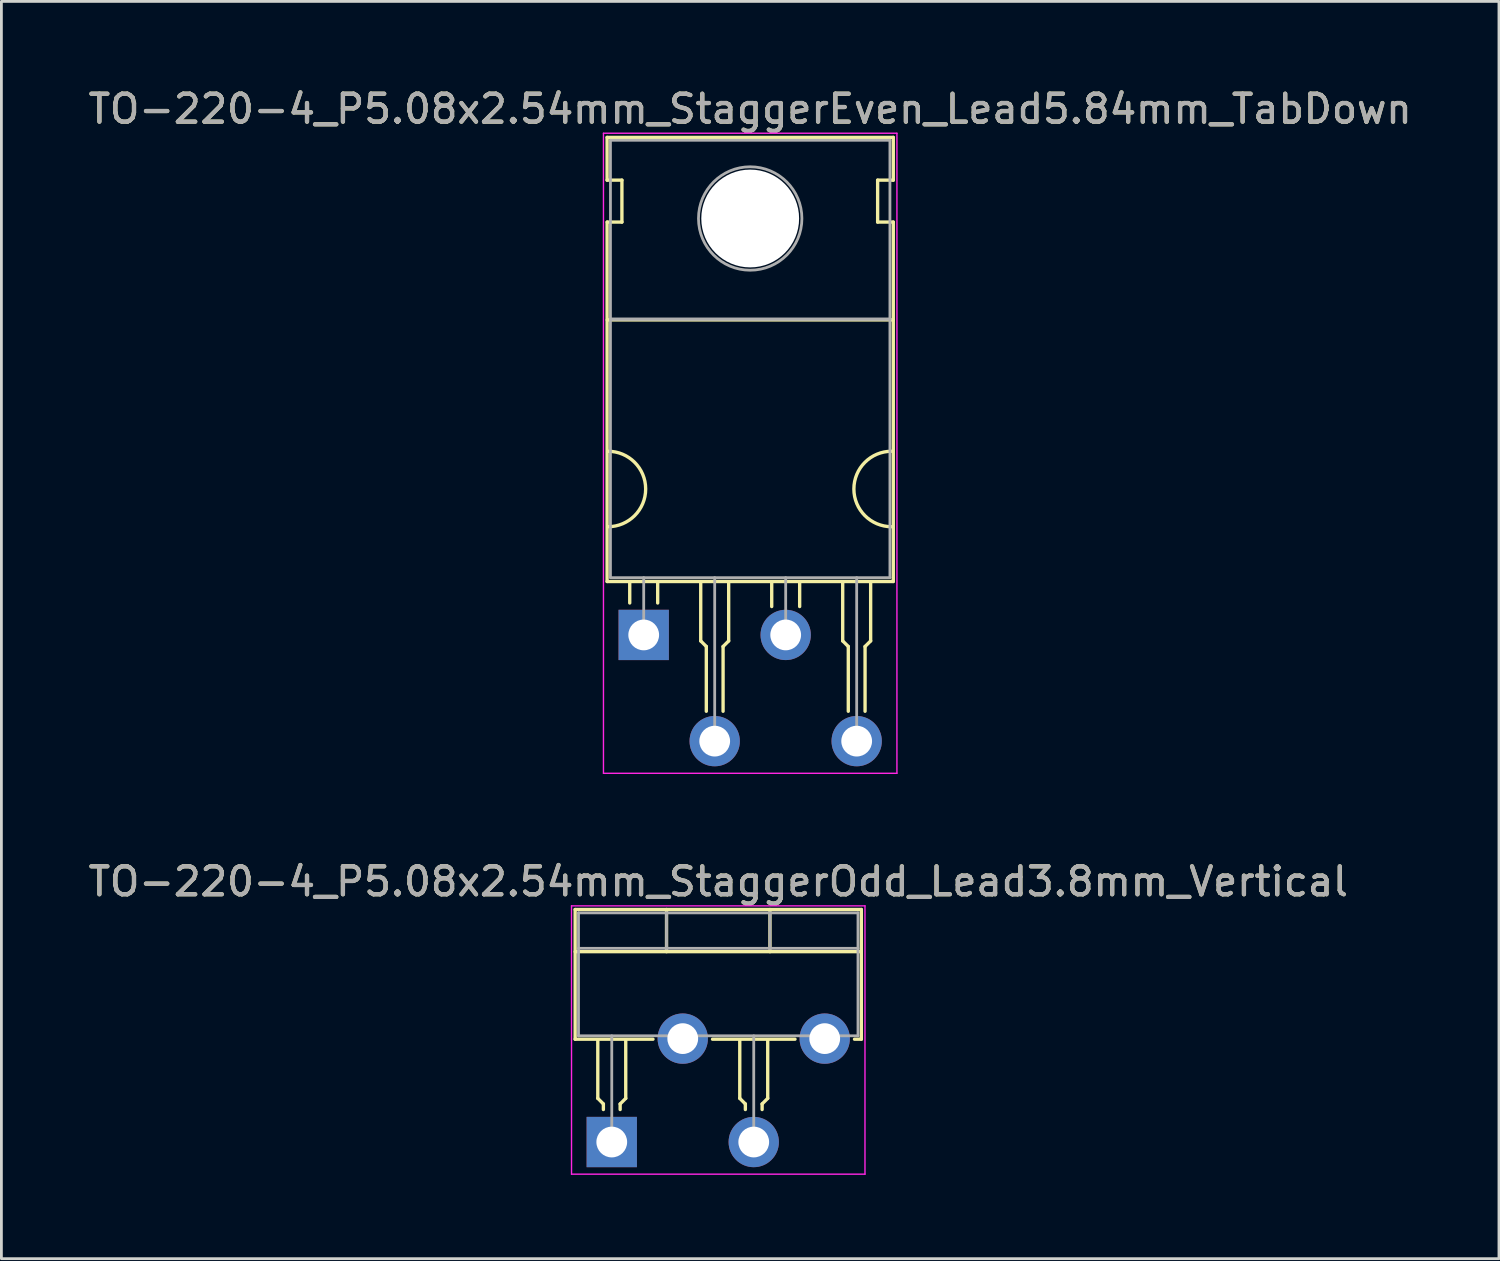
<source format=kicad_pcb>
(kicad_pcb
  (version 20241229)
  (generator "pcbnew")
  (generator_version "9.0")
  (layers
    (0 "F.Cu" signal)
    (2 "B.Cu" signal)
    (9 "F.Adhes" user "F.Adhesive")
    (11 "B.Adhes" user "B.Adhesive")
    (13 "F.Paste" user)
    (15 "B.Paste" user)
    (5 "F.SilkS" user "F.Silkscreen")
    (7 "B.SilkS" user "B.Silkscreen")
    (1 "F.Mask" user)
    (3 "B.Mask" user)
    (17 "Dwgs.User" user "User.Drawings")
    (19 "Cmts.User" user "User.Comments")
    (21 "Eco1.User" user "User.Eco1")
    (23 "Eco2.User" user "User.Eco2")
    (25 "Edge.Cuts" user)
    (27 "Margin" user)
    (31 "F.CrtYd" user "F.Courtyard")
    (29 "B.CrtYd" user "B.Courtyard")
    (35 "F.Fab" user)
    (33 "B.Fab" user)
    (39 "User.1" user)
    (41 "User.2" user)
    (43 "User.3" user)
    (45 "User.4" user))
  (footprint "TO-220-4_P5.08x2.54mm_StaggerOdd_Lead3.8mm_Vertical"
    (layer "F.Cu")
    (at 18.839 37.812)
    (property "Reference" "TO-220-4_P5.08x2.54mm_StaggerOdd_Lead3.8mm_Vertical" (at 3.81 -9.32 0) (layer "F.SilkS") (effects (font (size 1 1) (thickness 0.15))))
    (attr through_hole)
    (fp_line (start -1.31 -8.32) (end -1.31 -3.679) (stroke (width 0.12) (type solid)) (layer "F.SilkS"))
    (fp_line (start -1.31 -8.32) (end 8.93 -8.32) (stroke (width 0.12) (type solid)) (layer "F.SilkS"))
    (fp_line (start -1.31 -6.811) (end 8.93 -6.811) (stroke (width 0.12) (type solid)) (layer "F.SilkS"))
    (fp_line (start -1.31 -3.679) (end 1.475 -3.679) (stroke (width 0.12) (type solid)) (layer "F.SilkS"))
    (fp_line (start -0.5 -3.663) (end -0.5 -1.563) (stroke (width 0.12) (type solid)) (layer "F.SilkS"))
    (fp_line (start -0.5 -1.563) (end -0.3 -1.363) (stroke (width 0.12) (type solid)) (layer "F.SilkS"))
    (fp_line (start -0.3 -1.363) (end -0.3 -1.163) (stroke (width 0.12) (type solid)) (layer "F.SilkS"))
    (fp_line (start 0.3 -1.363) (end 0.3 -1.163) (stroke (width 0.12) (type solid)) (layer "F.SilkS"))
    (fp_line (start 0.5 -3.663) (end 0.5 -1.563) (stroke (width 0.12) (type solid)) (layer "F.SilkS"))
    (fp_line (start 0.5 -1.563) (end 0.3 -1.363) (stroke (width 0.12) (type solid)) (layer "F.SilkS"))
    (fp_line (start 1.96 -8.32) (end 1.96 -6.811) (stroke (width 0.12) (type solid)) (layer "F.SilkS"))
    (fp_line (start 3.605 -3.679) (end 6.556 -3.679) (stroke (width 0.12) (type solid)) (layer "F.SilkS"))
    (fp_line (start 4.58 -3.663) (end 4.58 -1.563) (stroke (width 0.12) (type solid)) (layer "F.SilkS"))
    (fp_line (start 4.58 -1.563) (end 4.78 -1.363) (stroke (width 0.12) (type solid)) (layer "F.SilkS"))
    (fp_line (start 4.78 -1.363) (end 4.78 -1.163) (stroke (width 0.12) (type solid)) (layer "F.SilkS"))
    (fp_line (start 5.38 -1.363) (end 5.38 -1.163) (stroke (width 0.12) (type solid)) (layer "F.SilkS"))
    (fp_line (start 5.58 -3.663) (end 5.58 -1.563) (stroke (width 0.12) (type solid)) (layer "F.SilkS"))
    (fp_line (start 5.58 -1.563) (end 5.38 -1.363) (stroke (width 0.12) (type solid)) (layer "F.SilkS"))
    (fp_line (start 5.66 -8.32) (end 5.66 -6.811) (stroke (width 0.12) (type solid)) (layer "F.SilkS"))
    (fp_line (start 8.685 -3.679) (end 8.93 -3.679) (stroke (width 0.12) (type solid)) (layer "F.SilkS"))
    (fp_line (start 8.93 -8.32) (end 8.93 -3.679) (stroke (width 0.12) (type solid)) (layer "F.SilkS"))
    (fp_line (start -1.44 -8.45) (end -1.44 1.15) (stroke (width 0.05) (type solid)) (layer "F.CrtYd"))
    (fp_line (start -1.44 1.15) (end 9.06 1.15) (stroke (width 0.05) (type solid)) (layer "F.CrtYd"))
    (fp_line (start 9.06 -8.45) (end -1.44 -8.45) (stroke (width 0.05) (type solid)) (layer "F.CrtYd"))
    (fp_line (start 9.06 1.15) (end 9.06 -8.45) (stroke (width 0.05) (type solid)) (layer "F.CrtYd"))
    (fp_line (start -1.19 -8.2) (end -1.19 -3.8) (stroke (width 0.1) (type solid)) (layer "F.Fab"))
    (fp_line (start -1.19 -6.93) (end 8.81 -6.93) (stroke (width 0.1) (type solid)) (layer "F.Fab"))
    (fp_line (start -1.19 -3.8) (end 8.81 -3.8) (stroke (width 0.1) (type solid)) (layer "F.Fab"))
    (fp_line (start 0 -3.8) (end 0 0) (stroke (width 0.1) (type solid)) (layer "F.Fab"))
    (fp_line (start 1.96 -8.2) (end 1.96 -6.93) (stroke (width 0.1) (type solid)) (layer "F.Fab"))
    (fp_line (start 2.54 -3.8) (end 2.54 -3.7) (stroke (width 0.1) (type solid)) (layer "F.Fab"))
    (fp_line (start 5.08 -3.8) (end 5.08 0) (stroke (width 0.1) (type solid)) (layer "F.Fab"))
    (fp_line (start 5.66 -8.2) (end 5.66 -6.93) (stroke (width 0.1) (type solid)) (layer "F.Fab"))
    (fp_line (start 7.62 -3.8) (end 7.62 -3.7) (stroke (width 0.1) (type solid)) (layer "F.Fab"))
    (fp_line (start 8.81 -8.2) (end -1.19 -8.2) (stroke (width 0.1) (type solid)) (layer "F.Fab"))
    (fp_line (start 8.81 -3.8) (end 8.81 -8.2) (stroke (width 0.1) (type solid)) (layer "F.Fab"))
    (fp_text user "${REFERENCE}" (at 3.81 -9.32 0) (layer "F.Fab") (effects (font (size 1 1) (thickness 0.15))))
    (pad "1" thru_hole rect (at 0 0) (size 1.8 1.8) (drill 1.1) (layers "*.Cu" "*.Mask"))
    (pad "2" thru_hole oval (at 2.54 -3.7) (size 1.8 1.8) (drill 1.1) (layers "*.Cu" "*.Mask"))
    (pad "3" thru_hole oval (at 5.08 0) (size 1.8 1.8) (drill 1.1) (layers "*.Cu" "*.Mask"))
    (pad "4" thru_hole oval (at 7.62 -3.7) (size 1.8 1.8) (drill 1.1) (layers "*.Cu" "*.Mask")))
  (footprint "TO-220-4_P5.08x2.54mm_StaggerEven_Lead5.84mm_TabDown"
    (layer "F.Cu")
    (at 19.982 19.668)
    (property "Reference" "TO-220-4_P5.08x2.54mm_StaggerEven_Lead5.84mm_TabDown" (at 3.81 -18.82 0) (layer "F.SilkS") (effects (font (size 1 1) (thickness 0.15))))
    (attr through_hole)
    (fp_line (start -1.31 -17.802) (end -1.31 -16.272) (stroke (width 0.12) (type solid)) (layer "F.SilkS"))
    (fp_line (start -1.31 -17.802) (end 8.93 -17.802) (stroke (width 0.12) (type solid)) (layer "F.SilkS"))
    (fp_line (start -1.31 -16.272) (end -0.78 -16.272) (stroke (width 0.12) (type solid)) (layer "F.SilkS"))
    (fp_line (start -1.31 -14.772) (end -1.31 -1.912) (stroke (width 0.12) (type solid)) (layer "F.SilkS"))
    (fp_line (start -1.31 -1.912) (end 8.93 -1.912) (stroke (width 0.12) (type solid)) (layer "F.SilkS"))
    (fp_line (start -1.305 -11.272) (end 8.92 -11.272) (stroke (width 0.12) (type solid)) (layer "F.SilkS"))
    (fp_line (start -0.78 -16.272) (end -0.78 -14.772) (stroke (width 0.12) (type solid)) (layer "F.SilkS"))
    (fp_line (start -0.78 -14.772) (end -1.305 -14.772) (stroke (width 0.12) (type solid)) (layer "F.SilkS"))
    (fp_line (start -0.5 -1.885) (end -0.5 -1.143) (stroke (width 0.12) (type solid)) (layer "F.SilkS"))
    (fp_line (start 0.5 -1.885) (end 0.5 -1.143) (stroke (width 0.12) (type solid)) (layer "F.SilkS"))
    (fp_line (start 2.04 -1.885) (end 2.04 0.214) (stroke (width 0.12) (type solid)) (layer "F.SilkS"))
    (fp_line (start 2.04 0.214) (end 2.24 0.414) (stroke (width 0.12) (type solid)) (layer "F.SilkS"))
    (fp_line (start 2.24 0.414) (end 2.24 2.731) (stroke (width 0.12) (type solid)) (layer "F.SilkS"))
    (fp_line (start 2.84 0.414) (end 2.84 2.731) (stroke (width 0.12) (type solid)) (layer "F.SilkS"))
    (fp_line (start 3.04 -1.885) (end 3.04 0.214) (stroke (width 0.12) (type solid)) (layer "F.SilkS"))
    (fp_line (start 3.04 0.214) (end 2.84 0.414) (stroke (width 0.12) (type solid)) (layer "F.SilkS"))
    (fp_line (start 4.58 -1.885) (end 4.58 -1.016) (stroke (width 0.12) (type solid)) (layer "F.SilkS"))
    (fp_line (start 5.58 -1.885) (end 5.58 -1.016) (stroke (width 0.12) (type solid)) (layer "F.SilkS"))
    (fp_line (start 7.12 -1.885) (end 7.12 0.214) (stroke (width 0.12) (type solid)) (layer "F.SilkS"))
    (fp_line (start 7.12 0.214) (end 7.32 0.414) (stroke (width 0.12) (type solid)) (layer "F.SilkS"))
    (fp_line (start 7.32 0.414) (end 7.32 2.731) (stroke (width 0.12) (type solid)) (layer "F.SilkS"))
    (fp_line (start 7.92 0.414) (end 7.92 2.731) (stroke (width 0.12) (type solid)) (layer "F.SilkS"))
    (fp_line (start 8.12 -1.885) (end 8.12 0.214) (stroke (width 0.12) (type solid)) (layer "F.SilkS"))
    (fp_line (start 8.12 0.214) (end 7.92 0.414) (stroke (width 0.12) (type solid)) (layer "F.SilkS"))
    (fp_line (start 8.37 -16.272) (end 8.93 -16.272) (stroke (width 0.12) (type solid)) (layer "F.SilkS"))
    (fp_line (start 8.37 -14.772) (end 8.37 -16.272) (stroke (width 0.12) (type solid)) (layer "F.SilkS"))
    (fp_line (start 8.93 -17.802) (end 8.93 -16.272) (stroke (width 0.12) (type solid)) (layer "F.SilkS"))
    (fp_line (start 8.93 -14.772) (end 8.37 -14.772) (stroke (width 0.12) (type solid)) (layer "F.SilkS"))
    (fp_line (start 8.93 -14.772) (end 8.93 -1.912) (stroke (width 0.12) (type solid)) (layer "F.SilkS"))
    (fp_arc (start -1.28 -6.572) (mid 0.07 -5.222) (end -1.28 -3.872) (stroke (width 0.12) (type solid)) (layer "F.SilkS"))
    (fp_arc (start 8.87 -3.872) (mid 7.52 -5.222) (end 8.87 -6.572) (stroke (width 0.12) (type solid)) (layer "F.SilkS"))
    (fp_line (start -1.44 -17.95) (end -1.44 4.95) (stroke (width 0.05) (type solid)) (layer "F.CrtYd"))
    (fp_line (start -1.44 4.95) (end 9.06 4.95) (stroke (width 0.05) (type solid)) (layer "F.CrtYd"))
    (fp_line (start 9.06 -17.95) (end -1.44 -17.95) (stroke (width 0.05) (type solid)) (layer "F.CrtYd"))
    (fp_line (start 9.06 4.95) (end 9.06 -17.95) (stroke (width 0.05) (type solid)) (layer "F.CrtYd"))
    (fp_line (start -1.19 -17.7) (end 8.81 -17.7) (stroke (width 0.1) (type solid)) (layer "F.Fab"))
    (fp_line (start -1.19 -11.3) (end -1.19 -17.7) (stroke (width 0.1) (type solid)) (layer "F.Fab"))
    (fp_line (start -1.19 -11.3) (end 8.81 -11.3) (stroke (width 0.1) (type solid)) (layer "F.Fab"))
    (fp_line (start -1.19 -2.05) (end -1.19 -11.3) (stroke (width 0.1) (type solid)) (layer "F.Fab"))
    (fp_line (start 0 -2.05) (end 0 0) (stroke (width 0.1) (type solid)) (layer "F.Fab"))
    (fp_line (start 2.54 -2.05) (end 2.54 3.8) (stroke (width 0.1) (type solid)) (layer "F.Fab"))
    (fp_line (start 5.08 -2.05) (end 5.08 0) (stroke (width 0.1) (type solid)) (layer "F.Fab"))
    (fp_line (start 7.62 -2.05) (end 7.62 3.8) (stroke (width 0.1) (type solid)) (layer "F.Fab"))
    (fp_line (start 8.81 -17.7) (end 8.81 -11.3) (stroke (width 0.1) (type solid)) (layer "F.Fab"))
    (fp_line (start 8.81 -11.3) (end -1.19 -11.3) (stroke (width 0.1) (type solid)) (layer "F.Fab"))
    (fp_line (start 8.81 -11.3) (end 8.81 -2.05) (stroke (width 0.1) (type solid)) (layer "F.Fab"))
    (fp_line (start 8.81 -2.05) (end -1.19 -2.05) (stroke (width 0.1) (type solid)) (layer "F.Fab"))
    (fp_circle (center 3.81 -14.9) (end 5.66 -14.9) (stroke (width 0.1) (type solid)) (fill no) (layer "F.Fab"))
    (fp_text user "${REFERENCE}" (at 3.81 -18.82 0) (layer "F.Fab") (effects (font (size 1 1) (thickness 0.15))))
    (pad "" np_thru_hole oval (at 3.81 -14.9) (size 3.5 3.5) (drill 3.5) (layers "*.Cu" "*.Mask"))
    (pad "1" thru_hole rect (at 0 0) (size 1.8 1.8) (drill 1.1) (layers "*.Cu" "*.Mask"))
    (pad "2" thru_hole oval (at 2.54 3.8) (size 1.8 1.8) (drill 1.1) (layers "*.Cu" "*.Mask"))
    (pad "3" thru_hole oval (at 5.08 0) (size 1.8 1.8) (drill 1.1) (layers "*.Cu" "*.Mask"))
    (pad "4" thru_hole oval (at 7.62 3.8) (size 1.8 1.8) (drill 1.1) (layers "*.Cu" "*.Mask")))
  (gr_rect
    (start -3 -3)
    (end 50.583 41.986)
    (stroke (width 0.1) (type default))
    (fill no)
    (layer "Edge.Cuts")))
</source>
